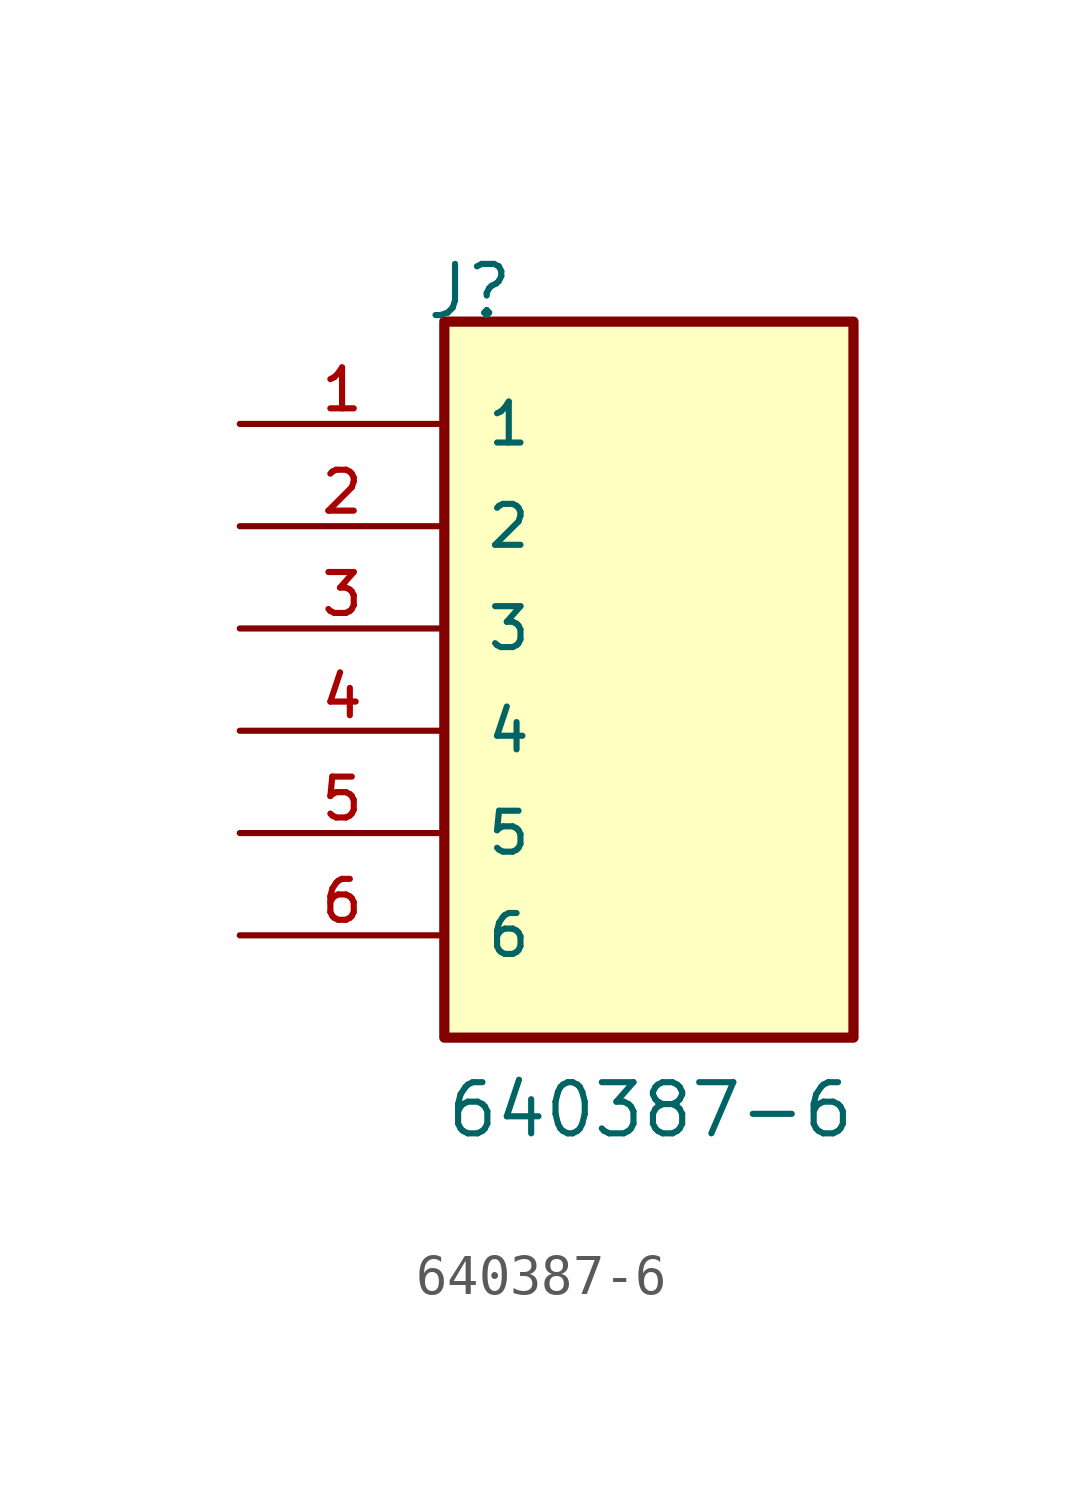
<source format=kicad_sym>
(kicad_symbol_lib
  (version 20211014)
  (generator kicad_symbol_editor)
  (symbol "640387-6"
    (pin_names
      (offset 1.016))
    (property "Reference" "J"
      (at -5.58 10.16 0)
      (effects (font (size 1.27 1.27)) (justify bottom left)))
    (property "Value" "640387-6"
      (at -5.08 -10.16 0)
      (effects (font (size 1.27 1.27)) (justify bottom left)))
    (symbol "640387-6_0_0"
      (rectangle (start -5.08 -7.62) (end 5.08 10.16) (stroke (width 0.254)) (fill (type background)))
      (pin passive line (at -10.16 7.62 0) (length 5.08) (name "1" (effects (font (size 1.016 1.016)))) (number "1" (effects (font (size 1.016 1.016)))))
      (pin passive line (at -10.16 5.08 0) (length 5.08) (name "2" (effects (font (size 1.016 1.016)))) (number "2" (effects (font (size 1.016 1.016)))))
      (pin passive line (at -10.16 2.54 0) (length 5.08) (name "3" (effects (font (size 1.016 1.016)))) (number "3" (effects (font (size 1.016 1.016)))))
      (pin passive line (at -10.16 0.0 0) (length 5.08) (name "4" (effects (font (size 1.016 1.016)))) (number "4" (effects (font (size 1.016 1.016)))))
      (pin passive line (at -10.16 -2.54 0) (length 5.08) (name "5" (effects (font (size 1.016 1.016)))) (number "5" (effects (font (size 1.016 1.016)))))
      (pin passive line (at -10.16 -5.08 0) (length 5.08) (name "6" (effects (font (size 1.016 1.016)))) (number "6" (effects (font (size 1.016 1.016))))))))
</source>
